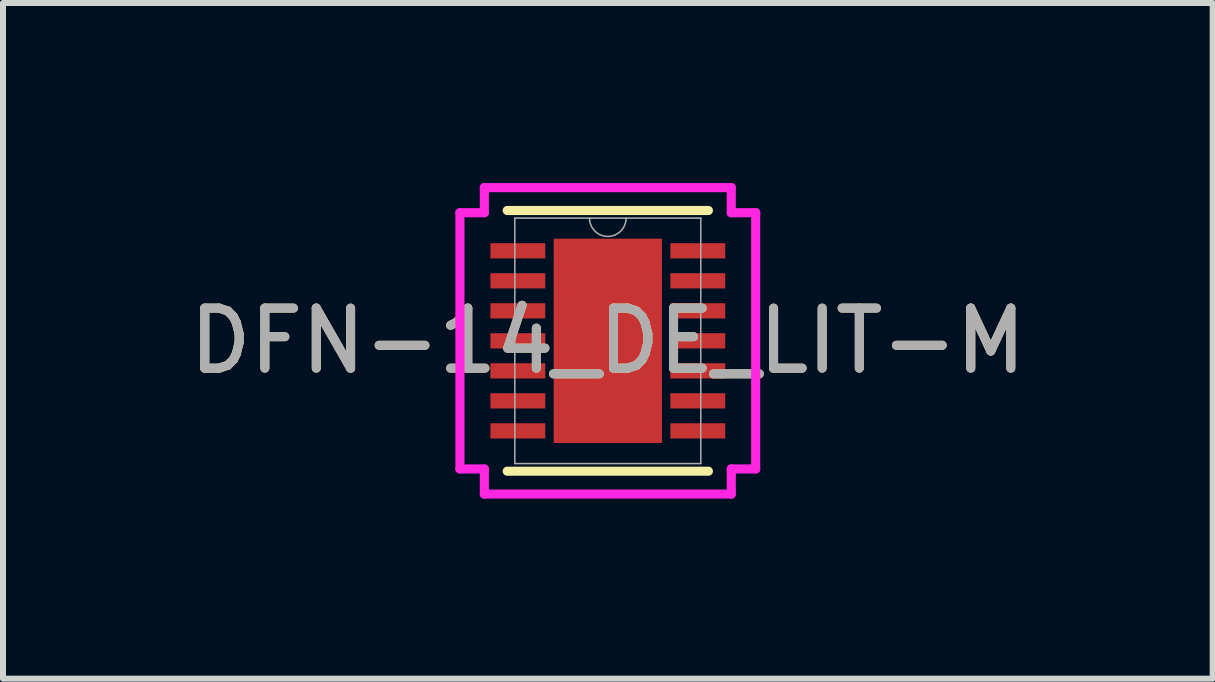
<source format=kicad_pcb>
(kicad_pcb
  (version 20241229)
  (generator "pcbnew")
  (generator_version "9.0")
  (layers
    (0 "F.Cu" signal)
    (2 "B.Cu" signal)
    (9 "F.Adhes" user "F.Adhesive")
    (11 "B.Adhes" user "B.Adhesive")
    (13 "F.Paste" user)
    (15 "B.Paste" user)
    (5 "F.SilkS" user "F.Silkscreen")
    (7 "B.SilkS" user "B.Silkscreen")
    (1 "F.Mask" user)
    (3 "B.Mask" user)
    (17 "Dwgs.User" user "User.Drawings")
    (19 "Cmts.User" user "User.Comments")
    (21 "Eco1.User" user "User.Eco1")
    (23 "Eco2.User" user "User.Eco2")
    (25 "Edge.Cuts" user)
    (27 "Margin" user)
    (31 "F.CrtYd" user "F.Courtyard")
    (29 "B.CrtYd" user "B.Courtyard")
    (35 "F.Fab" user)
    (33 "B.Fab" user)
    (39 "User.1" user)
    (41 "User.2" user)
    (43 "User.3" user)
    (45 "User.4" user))
  (footprint "DFN-14_DE_LIT-M"
    (layer "F.Cu")
    (at 7.077 2.629)
    (property "Reference" "DFN-14_DE_LIT-M" (at 0 0 0) (unlocked yes) (layer "F.SilkS") (effects (font (size 1 1) (thickness 0.15))))
    (attr smd)
    (fp_line (start -1.676 2.172) (end 1.676 2.172) (stroke (width 0.152) (type solid)) (layer "F.SilkS"))
    (fp_line (start 1.676 -2.172) (end -1.676 -2.172) (stroke (width 0.152) (type solid)) (layer "F.SilkS"))
    (fp_poly (pts (xy -0.802 -1.602) (xy -0.802 -0.1) (xy 0.802 -0.1) (xy 0.802 -1.602)) (stroke (width 0) (type solid)) (fill yes) (layer "F.Paste"))
    (fp_poly (pts (xy -0.802 0.1) (xy -0.802 1.602) (xy 0.802 1.602) (xy 0.802 0.1)) (stroke (width 0) (type solid)) (fill yes) (layer "F.Paste"))
    (fp_line (start -2.464 -2.135) (end -2.057 -2.135) (stroke (width 0.152) (type solid)) (layer "F.CrtYd"))
    (fp_line (start -2.464 2.135) (end -2.464 -2.135) (stroke (width 0.152) (type solid)) (layer "F.CrtYd"))
    (fp_line (start -2.464 2.135) (end -2.057 2.135) (stroke (width 0.152) (type solid)) (layer "F.CrtYd"))
    (fp_line (start -2.057 -2.553) (end 2.057 -2.553) (stroke (width 0.152) (type solid)) (layer "F.CrtYd"))
    (fp_line (start -2.057 -2.135) (end -2.057 -2.553) (stroke (width 0.152) (type solid)) (layer "F.CrtYd"))
    (fp_line (start -2.057 2.553) (end -2.057 2.135) (stroke (width 0.152) (type solid)) (layer "F.CrtYd"))
    (fp_line (start 2.057 -2.553) (end 2.057 -2.135) (stroke (width 0.152) (type solid)) (layer "F.CrtYd"))
    (fp_line (start 2.057 2.135) (end 2.057 2.553) (stroke (width 0.152) (type solid)) (layer "F.CrtYd"))
    (fp_line (start 2.057 2.553) (end -2.057 2.553) (stroke (width 0.152) (type solid)) (layer "F.CrtYd"))
    (fp_line (start 2.464 -2.135) (end 2.057 -2.135) (stroke (width 0.152) (type solid)) (layer "F.CrtYd"))
    (fp_line (start 2.464 -2.135) (end 2.464 2.135) (stroke (width 0.152) (type solid)) (layer "F.CrtYd"))
    (fp_line (start 2.464 2.135) (end 2.057 2.135) (stroke (width 0.152) (type solid)) (layer "F.CrtYd"))
    (fp_line (start -1.549 -2.045) (end -1.549 2.045) (stroke (width 0.025) (type solid)) (layer "F.Fab"))
    (fp_line (start -1.549 2.045) (end 1.549 2.045) (stroke (width 0.025) (type solid)) (layer "F.Fab"))
    (fp_line (start 1.549 -2.045) (end -1.549 -2.045) (stroke (width 0.025) (type solid)) (layer "F.Fab"))
    (fp_line (start 1.549 2.045) (end 1.549 -2.045) (stroke (width 0.025) (type solid)) (layer "F.Fab"))
    (fp_arc (start 0.3048 -2.0447) (mid 0 -1.7399) (end -0.3048 -2.0447) (stroke (width 0.0254) (type solid)) (layer "F.Fab"))
    (fp_text user "${REFERENCE}" (at 0 0 0) (unlocked yes) (layer "F.Fab") (effects (font (size 1 1) (thickness 0.15))))
    (pad "1" smd rect (at -1.499 -1.5) (size 0.914 0.254) (layers "F.Cu" "F.Mask" "F.Paste"))
    (pad "2" smd rect (at -1.499 -1) (size 0.914 0.254) (layers "F.Cu" "F.Mask" "F.Paste"))
    (pad "3" smd rect (at -1.499 -0.5) (size 0.914 0.254) (layers "F.Cu" "F.Mask" "F.Paste"))
    (pad "4" smd rect (at -1.499 0) (size 0.914 0.254) (layers "F.Cu" "F.Mask" "F.Paste"))
    (pad "5" smd rect (at -1.499 0.5) (size 0.914 0.254) (layers "F.Cu" "F.Mask" "F.Paste"))
    (pad "6" smd rect (at -1.499 1) (size 0.914 0.254) (layers "F.Cu" "F.Mask" "F.Paste"))
    (pad "7" smd rect (at -1.499 1.5) (size 0.914 0.254) (layers "F.Cu" "F.Mask" "F.Paste"))
    (pad "8" smd rect (at 1.499 1.5) (size 0.914 0.254) (layers "F.Cu" "F.Mask" "F.Paste"))
    (pad "9" smd rect (at 1.499 1) (size 0.914 0.254) (layers "F.Cu" "F.Mask" "F.Paste"))
    (pad "10" smd rect (at 1.499 0.5) (size 0.914 0.254) (layers "F.Cu" "F.Mask" "F.Paste"))
    (pad "11" smd rect (at 1.499 0) (size 0.914 0.254) (layers "F.Cu" "F.Mask" "F.Paste"))
    (pad "12" smd rect (at 1.499 -0.5) (size 0.914 0.254) (layers "F.Cu" "F.Mask" "F.Paste"))
    (pad "13" smd rect (at 1.499 -1) (size 0.914 0.254) (layers "F.Cu" "F.Mask" "F.Paste"))
    (pad "14" smd rect (at 1.499 -1.5) (size 0.914 0.254) (layers "F.Cu" "F.Mask" "F.Paste"))
    (pad "15" smd rect (at 0 0) (size 1.803 3.404) (layers "F.Cu" "F.Mask" "F.Paste")))
  (gr_rect
    (start -3 -3)
    (end 17.155 8.258)
    (stroke (width 0.1) (type default))
    (fill no)
    (layer "Edge.Cuts")))
</source>
